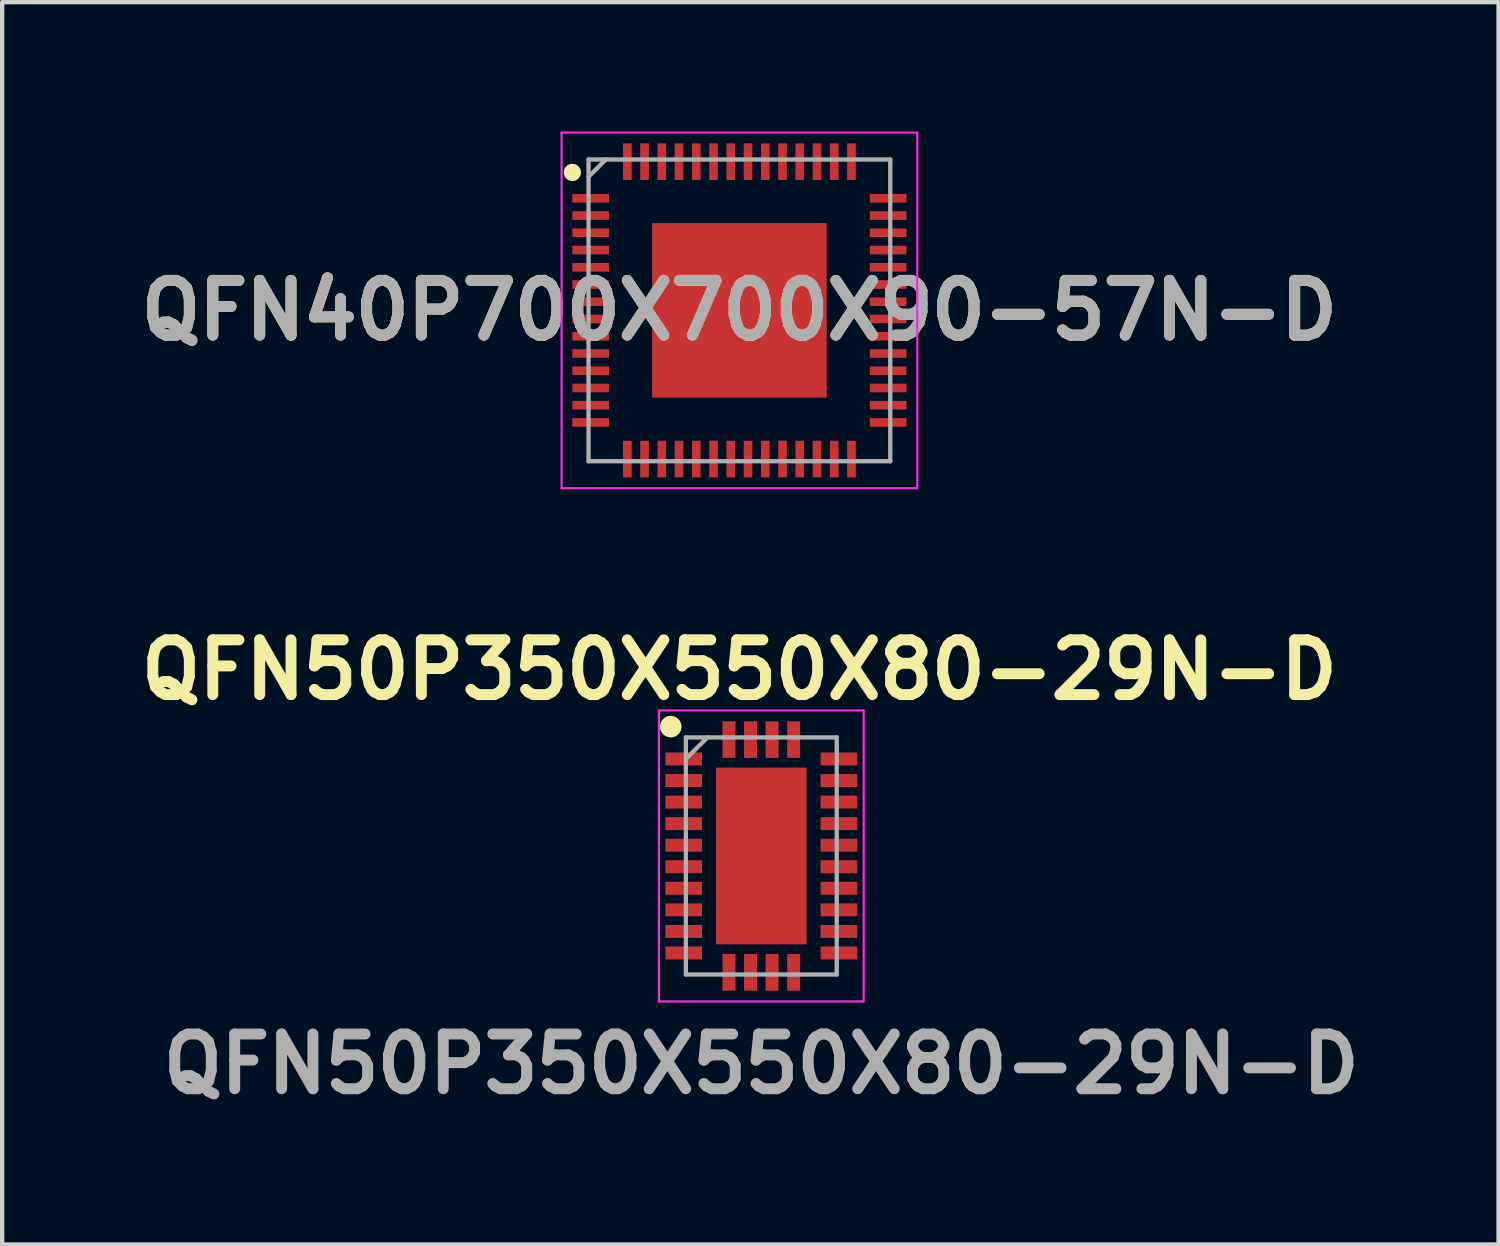
<source format=kicad_pcb>
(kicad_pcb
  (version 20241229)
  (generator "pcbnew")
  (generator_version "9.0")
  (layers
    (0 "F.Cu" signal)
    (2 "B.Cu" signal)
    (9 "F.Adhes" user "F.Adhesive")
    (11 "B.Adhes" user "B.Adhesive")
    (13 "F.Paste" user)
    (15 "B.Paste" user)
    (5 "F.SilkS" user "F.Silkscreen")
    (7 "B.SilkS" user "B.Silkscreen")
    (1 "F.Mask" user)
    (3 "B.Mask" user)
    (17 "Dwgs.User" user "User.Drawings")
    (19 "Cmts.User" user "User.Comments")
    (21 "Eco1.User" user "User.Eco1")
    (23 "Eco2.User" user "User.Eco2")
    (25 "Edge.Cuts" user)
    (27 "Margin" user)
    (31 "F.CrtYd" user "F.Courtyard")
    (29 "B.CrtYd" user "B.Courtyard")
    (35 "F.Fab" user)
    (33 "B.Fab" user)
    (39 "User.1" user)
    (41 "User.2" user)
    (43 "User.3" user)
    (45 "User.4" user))
  (footprint "QFN50P350X550X80-29N-D"
    (layer "F.Cu")
    (at 14.611 16.807)
    (property "Reference" "QFN50P350X550X80-29N-D" (at -0.508 -4.318 0) (layer "F.SilkS") (effects (font (size 1.27 1.27) (thickness 0.254))))
    (attr smd)
    (fp_circle (center -2.1 -3) (end -2.1 -2.875) (stroke (width 0.25) (type solid)) (fill no) (layer "F.SilkS"))
    (fp_line (start -2.375 -3.375) (end 2.375 -3.375) (stroke (width 0.05) (type solid)) (layer "F.CrtYd"))
    (fp_line (start -2.375 3.375) (end -2.375 -3.375) (stroke (width 0.05) (type solid)) (layer "F.CrtYd"))
    (fp_line (start 2.375 -3.375) (end 2.375 3.375) (stroke (width 0.05) (type solid)) (layer "F.CrtYd"))
    (fp_line (start 2.375 3.375) (end -2.375 3.375) (stroke (width 0.05) (type solid)) (layer "F.CrtYd"))
    (fp_line (start -1.75 -2.75) (end 1.75 -2.75) (stroke (width 0.1) (type solid)) (layer "F.Fab"))
    (fp_line (start -1.75 -2.25) (end -1.25 -2.75) (stroke (width 0.1) (type solid)) (layer "F.Fab"))
    (fp_line (start -1.75 2.75) (end -1.75 -2.75) (stroke (width 0.1) (type solid)) (layer "F.Fab"))
    (fp_line (start 1.75 -2.75) (end 1.75 2.75) (stroke (width 0.1) (type solid)) (layer "F.Fab"))
    (fp_line (start 1.75 2.75) (end -1.75 2.75) (stroke (width 0.1) (type solid)) (layer "F.Fab"))
    (fp_text user "${REFERENCE}" (at 0 4.826 0) (layer "F.Fab") (effects (font (size 1.27 1.27) (thickness 0.254))))
    (pad "1" smd rect (at -1.8 -2.25 90) (size 0.3 0.85) (layers "F.Cu" "F.Mask" "F.Paste"))
    (pad "2" smd rect (at -1.8 -1.75 90) (size 0.3 0.85) (layers "F.Cu" "F.Mask" "F.Paste"))
    (pad "3" smd rect (at -1.8 -1.25 90) (size 0.3 0.85) (layers "F.Cu" "F.Mask" "F.Paste"))
    (pad "4" smd rect (at -1.8 -0.75 90) (size 0.3 0.85) (layers "F.Cu" "F.Mask" "F.Paste"))
    (pad "5" smd rect (at -1.8 -0.25 90) (size 0.3 0.85) (layers "F.Cu" "F.Mask" "F.Paste"))
    (pad "6" smd rect (at -1.8 0.25 90) (size 0.3 0.85) (layers "F.Cu" "F.Mask" "F.Paste"))
    (pad "7" smd rect (at -1.8 0.75 90) (size 0.3 0.85) (layers "F.Cu" "F.Mask" "F.Paste"))
    (pad "8" smd rect (at -1.8 1.25 90) (size 0.3 0.85) (layers "F.Cu" "F.Mask" "F.Paste"))
    (pad "9" smd rect (at -1.8 1.75 90) (size 0.3 0.85) (layers "F.Cu" "F.Mask" "F.Paste"))
    (pad "10" smd rect (at -1.8 2.25 90) (size 0.3 0.85) (layers "F.Cu" "F.Mask" "F.Paste"))
    (pad "11" smd rect (at -0.75 2.7) (size 0.3 0.85) (layers "F.Cu" "F.Mask" "F.Paste"))
    (pad "12" smd rect (at -0.25 2.7) (size 0.3 0.85) (layers "F.Cu" "F.Mask" "F.Paste"))
    (pad "13" smd rect (at 0.25 2.7) (size 0.3 0.85) (layers "F.Cu" "F.Mask" "F.Paste"))
    (pad "14" smd rect (at 0.75 2.7) (size 0.3 0.85) (layers "F.Cu" "F.Mask" "F.Paste"))
    (pad "15" smd rect (at 1.8 2.25 90) (size 0.3 0.85) (layers "F.Cu" "F.Mask" "F.Paste"))
    (pad "16" smd rect (at 1.8 1.75 90) (size 0.3 0.85) (layers "F.Cu" "F.Mask" "F.Paste"))
    (pad "17" smd rect (at 1.8 1.25 90) (size 0.3 0.85) (layers "F.Cu" "F.Mask" "F.Paste"))
    (pad "18" smd rect (at 1.8 0.75 90) (size 0.3 0.85) (layers "F.Cu" "F.Mask" "F.Paste"))
    (pad "19" smd rect (at 1.8 0.25 90) (size 0.3 0.85) (layers "F.Cu" "F.Mask" "F.Paste"))
    (pad "20" smd rect (at 1.8 -0.25 90) (size 0.3 0.85) (layers "F.Cu" "F.Mask" "F.Paste"))
    (pad "21" smd rect (at 1.8 -0.75 90) (size 0.3 0.85) (layers "F.Cu" "F.Mask" "F.Paste"))
    (pad "22" smd rect (at 1.8 -1.25 90) (size 0.3 0.85) (layers "F.Cu" "F.Mask" "F.Paste"))
    (pad "23" smd rect (at 1.8 -1.75 90) (size 0.3 0.85) (layers "F.Cu" "F.Mask" "F.Paste"))
    (pad "24" smd rect (at 1.8 -2.25 90) (size 0.3 0.85) (layers "F.Cu" "F.Mask" "F.Paste"))
    (pad "25" smd rect (at 0.75 -2.7) (size 0.3 0.85) (layers "F.Cu" "F.Mask" "F.Paste"))
    (pad "26" smd rect (at 0.25 -2.7) (size 0.3 0.85) (layers "F.Cu" "F.Mask" "F.Paste"))
    (pad "27" smd rect (at -0.25 -2.7) (size 0.3 0.85) (layers "F.Cu" "F.Mask" "F.Paste"))
    (pad "28" smd rect (at -0.75 -2.7) (size 0.3 0.85) (layers "F.Cu" "F.Mask" "F.Paste"))
    (pad "29" smd rect (at 0 0) (size 2.1 4.1) (layers "F.Cu" "F.Mask" "F.Paste")))
  (footprint "QFN40P700X700X90-57N-D"
    (layer "F.Cu")
    (at 14.103 4.15)
    (property "Reference" "QFN40P700X700X90-57N-D" (at 0 0 0) (layer "F.SilkS") (effects (font (size 1.27 1.27) (thickness 0.254))))
    (attr smd)
    (fp_circle (center -3.875 -3.2) (end -3.875 -3.1) (stroke (width 0.2) (type solid)) (fill no) (layer "F.SilkS"))
    (fp_line (start -4.125 -4.125) (end 4.125 -4.125) (stroke (width 0.05) (type solid)) (layer "F.CrtYd"))
    (fp_line (start -4.125 4.125) (end -4.125 -4.125) (stroke (width 0.05) (type solid)) (layer "F.CrtYd"))
    (fp_line (start 4.125 -4.125) (end 4.125 4.125) (stroke (width 0.05) (type solid)) (layer "F.CrtYd"))
    (fp_line (start 4.125 4.125) (end -4.125 4.125) (stroke (width 0.05) (type solid)) (layer "F.CrtYd"))
    (fp_line (start -3.5 -3.5) (end 3.5 -3.5) (stroke (width 0.1) (type solid)) (layer "F.Fab"))
    (fp_line (start -3.5 -3.1) (end -3.1 -3.5) (stroke (width 0.1) (type solid)) (layer "F.Fab"))
    (fp_line (start -3.5 3.5) (end -3.5 -3.5) (stroke (width 0.1) (type solid)) (layer "F.Fab"))
    (fp_line (start 3.5 -3.5) (end 3.5 3.5) (stroke (width 0.1) (type solid)) (layer "F.Fab"))
    (fp_line (start 3.5 3.5) (end -3.5 3.5) (stroke (width 0.1) (type solid)) (layer "F.Fab"))
    (fp_text user "${REFERENCE}" (at 0 0 0) (layer "F.Fab") (effects (font (size 1.27 1.27) (thickness 0.254))))
    (pad "1" smd rect (at -3.45 -2.6 90) (size 0.2 0.85) (layers "F.Cu" "F.Mask" "F.Paste"))
    (pad "2" smd rect (at -3.45 -2.2 90) (size 0.2 0.85) (layers "F.Cu" "F.Mask" "F.Paste"))
    (pad "3" smd rect (at -3.45 -1.8 90) (size 0.2 0.85) (layers "F.Cu" "F.Mask" "F.Paste"))
    (pad "4" smd rect (at -3.45 -1.4 90) (size 0.2 0.85) (layers "F.Cu" "F.Mask" "F.Paste"))
    (pad "5" smd rect (at -3.45 -1 90) (size 0.2 0.85) (layers "F.Cu" "F.Mask" "F.Paste"))
    (pad "6" smd rect (at -3.45 -0.6 90) (size 0.2 0.85) (layers "F.Cu" "F.Mask" "F.Paste"))
    (pad "7" smd rect (at -3.45 -0.2 90) (size 0.2 0.85) (layers "F.Cu" "F.Mask" "F.Paste"))
    (pad "8" smd rect (at -3.45 0.2 90) (size 0.2 0.85) (layers "F.Cu" "F.Mask" "F.Paste"))
    (pad "9" smd rect (at -3.45 0.6 90) (size 0.2 0.85) (layers "F.Cu" "F.Mask" "F.Paste"))
    (pad "10" smd rect (at -3.45 1 90) (size 0.2 0.85) (layers "F.Cu" "F.Mask" "F.Paste"))
    (pad "11" smd rect (at -3.45 1.4 90) (size 0.2 0.85) (layers "F.Cu" "F.Mask" "F.Paste"))
    (pad "12" smd rect (at -3.45 1.8 90) (size 0.2 0.85) (layers "F.Cu" "F.Mask" "F.Paste"))
    (pad "13" smd rect (at -3.45 2.2 90) (size 0.2 0.85) (layers "F.Cu" "F.Mask" "F.Paste"))
    (pad "14" smd rect (at -3.45 2.6 90) (size 0.2 0.85) (layers "F.Cu" "F.Mask" "F.Paste"))
    (pad "15" smd rect (at -2.6 3.45) (size 0.2 0.85) (layers "F.Cu" "F.Mask" "F.Paste"))
    (pad "16" smd rect (at -2.2 3.45) (size 0.2 0.85) (layers "F.Cu" "F.Mask" "F.Paste"))
    (pad "17" smd rect (at -1.8 3.45) (size 0.2 0.85) (layers "F.Cu" "F.Mask" "F.Paste"))
    (pad "18" smd rect (at -1.4 3.45) (size 0.2 0.85) (layers "F.Cu" "F.Mask" "F.Paste"))
    (pad "19" smd rect (at -1 3.45) (size 0.2 0.85) (layers "F.Cu" "F.Mask" "F.Paste"))
    (pad "20" smd rect (at -0.6 3.45) (size 0.2 0.85) (layers "F.Cu" "F.Mask" "F.Paste"))
    (pad "21" smd rect (at -0.2 3.45) (size 0.2 0.85) (layers "F.Cu" "F.Mask" "F.Paste"))
    (pad "22" smd rect (at 0.2 3.45) (size 0.2 0.85) (layers "F.Cu" "F.Mask" "F.Paste"))
    (pad "23" smd rect (at 0.6 3.45) (size 0.2 0.85) (layers "F.Cu" "F.Mask" "F.Paste"))
    (pad "24" smd rect (at 1 3.45) (size 0.2 0.85) (layers "F.Cu" "F.Mask" "F.Paste"))
    (pad "25" smd rect (at 1.4 3.45) (size 0.2 0.85) (layers "F.Cu" "F.Mask" "F.Paste"))
    (pad "26" smd rect (at 1.8 3.45) (size 0.2 0.85) (layers "F.Cu" "F.Mask" "F.Paste"))
    (pad "27" smd rect (at 2.2 3.45) (size 0.2 0.85) (layers "F.Cu" "F.Mask" "F.Paste"))
    (pad "28" smd rect (at 2.6 3.45) (size 0.2 0.85) (layers "F.Cu" "F.Mask" "F.Paste"))
    (pad "29" smd rect (at 3.45 2.6 90) (size 0.2 0.85) (layers "F.Cu" "F.Mask" "F.Paste"))
    (pad "30" smd rect (at 3.45 2.2 90) (size 0.2 0.85) (layers "F.Cu" "F.Mask" "F.Paste"))
    (pad "31" smd rect (at 3.45 1.8 90) (size 0.2 0.85) (layers "F.Cu" "F.Mask" "F.Paste"))
    (pad "32" smd rect (at 3.45 1.4 90) (size 0.2 0.85) (layers "F.Cu" "F.Mask" "F.Paste"))
    (pad "33" smd rect (at 3.45 1 90) (size 0.2 0.85) (layers "F.Cu" "F.Mask" "F.Paste"))
    (pad "34" smd rect (at 3.45 0.6 90) (size 0.2 0.85) (layers "F.Cu" "F.Mask" "F.Paste"))
    (pad "35" smd rect (at 3.45 0.2 90) (size 0.2 0.85) (layers "F.Cu" "F.Mask" "F.Paste"))
    (pad "36" smd rect (at 3.45 -0.2 90) (size 0.2 0.85) (layers "F.Cu" "F.Mask" "F.Paste"))
    (pad "37" smd rect (at 3.45 -0.6 90) (size 0.2 0.85) (layers "F.Cu" "F.Mask" "F.Paste"))
    (pad "38" smd rect (at 3.45 -1 90) (size 0.2 0.85) (layers "F.Cu" "F.Mask" "F.Paste"))
    (pad "39" smd rect (at 3.45 -1.4 90) (size 0.2 0.85) (layers "F.Cu" "F.Mask" "F.Paste"))
    (pad "40" smd rect (at 3.45 -1.8 90) (size 0.2 0.85) (layers "F.Cu" "F.Mask" "F.Paste"))
    (pad "41" smd rect (at 3.45 -2.2 90) (size 0.2 0.85) (layers "F.Cu" "F.Mask" "F.Paste"))
    (pad "42" smd rect (at 3.45 -2.6 90) (size 0.2 0.85) (layers "F.Cu" "F.Mask" "F.Paste"))
    (pad "43" smd rect (at 2.6 -3.45) (size 0.2 0.85) (layers "F.Cu" "F.Mask" "F.Paste"))
    (pad "44" smd rect (at 2.2 -3.45) (size 0.2 0.85) (layers "F.Cu" "F.Mask" "F.Paste"))
    (pad "45" smd rect (at 1.8 -3.45) (size 0.2 0.85) (layers "F.Cu" "F.Mask" "F.Paste"))
    (pad "46" smd rect (at 1.4 -3.45) (size 0.2 0.85) (layers "F.Cu" "F.Mask" "F.Paste"))
    (pad "47" smd rect (at 1 -3.45) (size 0.2 0.85) (layers "F.Cu" "F.Mask" "F.Paste"))
    (pad "48" smd rect (at 0.6 -3.45) (size 0.2 0.85) (layers "F.Cu" "F.Mask" "F.Paste"))
    (pad "49" smd rect (at 0.2 -3.45) (size 0.2 0.85) (layers "F.Cu" "F.Mask" "F.Paste"))
    (pad "50" smd rect (at -0.2 -3.45) (size 0.2 0.85) (layers "F.Cu" "F.Mask" "F.Paste"))
    (pad "51" smd rect (at -0.6 -3.45) (size 0.2 0.85) (layers "F.Cu" "F.Mask" "F.Paste"))
    (pad "52" smd rect (at -1 -3.45) (size 0.2 0.85) (layers "F.Cu" "F.Mask" "F.Paste"))
    (pad "53" smd rect (at -1.4 -3.45) (size 0.2 0.85) (layers "F.Cu" "F.Mask" "F.Paste"))
    (pad "54" smd rect (at -1.8 -3.45) (size 0.2 0.85) (layers "F.Cu" "F.Mask" "F.Paste"))
    (pad "55" smd rect (at -2.2 -3.45) (size 0.2 0.85) (layers "F.Cu" "F.Mask" "F.Paste"))
    (pad "56" smd rect (at -2.6 -3.45) (size 0.2 0.85) (layers "F.Cu" "F.Mask" "F.Paste"))
    (pad "57" smd rect (at 0 0) (size 4.05 4.05) (layers "F.Cu" "F.Mask" "F.Paste")))
  (gr_rect
    (start -3 -3)
    (end 31.714 25.821)
    (stroke (width 0.1) (type default))
    (fill no)
    (layer "Edge.Cuts")))
</source>
